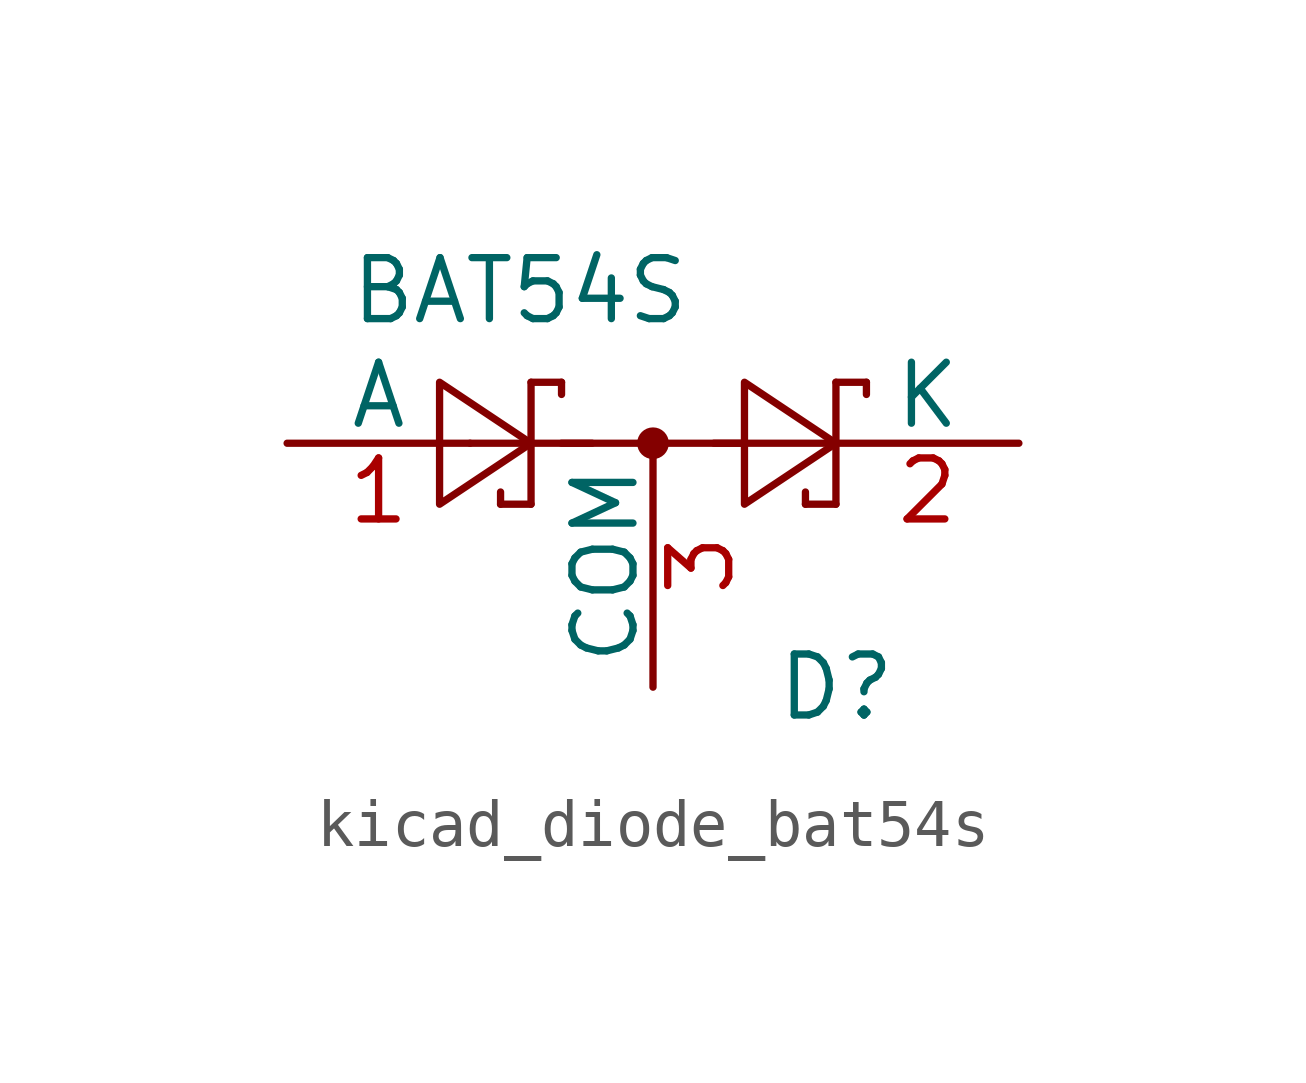
<source format=kicad_sym>
(kicad_symbol_lib
  (version 20220914)
  (generator kicad_symbol_editor)
  (symbol "kicad_diode_bat54s"
    (pin_names
      (offset 0))
    (property "Reference" "D"
      (at 2.54 -5.08 0)
      (effects (font (size 1.27 1.27)) (justify left)))
    (property "Value" "BAT54S"
      (at -6.35 3.175 0)
      (effects (font (size 1.27 1.27)) (justify left)))
    (symbol "kicad_diode_bat54s_0_1"
      (polyline (pts (xy -3.81 0) (xy -1.27 0)) (stroke (width 0) (type default)) (fill (type none)))
      (polyline (pts (xy -3.175 -1.27) (xy -3.175 -1.016)) (stroke (width 0) (type default)) (fill (type none)))
      (polyline (pts (xy -2.54 -1.27) (xy -3.175 -1.27)) (stroke (width 0) (type default)) (fill (type none)))
      (polyline (pts (xy -2.54 -1.27) (xy -2.54 1.27)) (stroke (width 0) (type default)) (fill (type none)))
      (polyline (pts (xy -2.54 1.27) (xy -1.905 1.27)) (stroke (width 0) (type default)) (fill (type none)))
      (polyline (pts (xy -1.905 0) (xy 1.905 0)) (stroke (width 0) (type default)) (fill (type none)))
      (polyline (pts (xy -1.905 1.27) (xy -1.905 1.016)) (stroke (width 0) (type default)) (fill (type none)))
      (polyline (pts (xy 1.27 0) (xy 3.81 0)) (stroke (width 0) (type default)) (fill (type none)))
      (polyline (pts (xy 3.175 -1.27) (xy 3.175 -1.016)) (stroke (width 0) (type default)) (fill (type none)))
      (polyline (pts (xy 3.81 -1.27) (xy 3.175 -1.27)) (stroke (width 0) (type default)) (fill (type none)))
      (polyline (pts (xy 3.81 -1.27) (xy 3.81 1.27)) (stroke (width 0) (type default)) (fill (type none)))
      (polyline (pts (xy 3.81 1.27) (xy 4.445 1.27)) (stroke (width 0) (type default)) (fill (type none)))
      (polyline (pts (xy 4.445 1.27) (xy 4.445 1.016)) (stroke (width 0) (type default)) (fill (type none)))
      (polyline (pts (xy -4.445 1.27) (xy -4.445 -1.27) (xy -2.54 0) (xy -4.445 1.27)) (stroke (width 0) (type default)) (fill (type none)))
      (polyline (pts (xy 1.905 1.27) (xy 1.905 -1.27) (xy 3.81 0) (xy 1.905 1.27)) (stroke (width 0) (type default)) (fill (type none)))
      (circle (center 0 0) (radius 0.254) (stroke (width 0) (type default)) (fill (type outline))))
    (symbol "kicad_diode_bat54s_1_1"
      (pin passive line (at -7.62 0 0) (length 3.81) (name "A" (effects (font (size 1.27 1.27)))) (number "1" (effects (font (size 1.27 1.27)))))
      (pin passive line (at 7.62 0 180) (length 3.81) (name "K" (effects (font (size 1.27 1.27)))) (number "2" (effects (font (size 1.27 1.27)))))
      (pin passive line (at 0 -5.08 90) (length 5.08) (name "COM" (effects (font (size 1.27 1.27)))) (number "3" (effects (font (size 1.27 1.27))))))))
</source>
